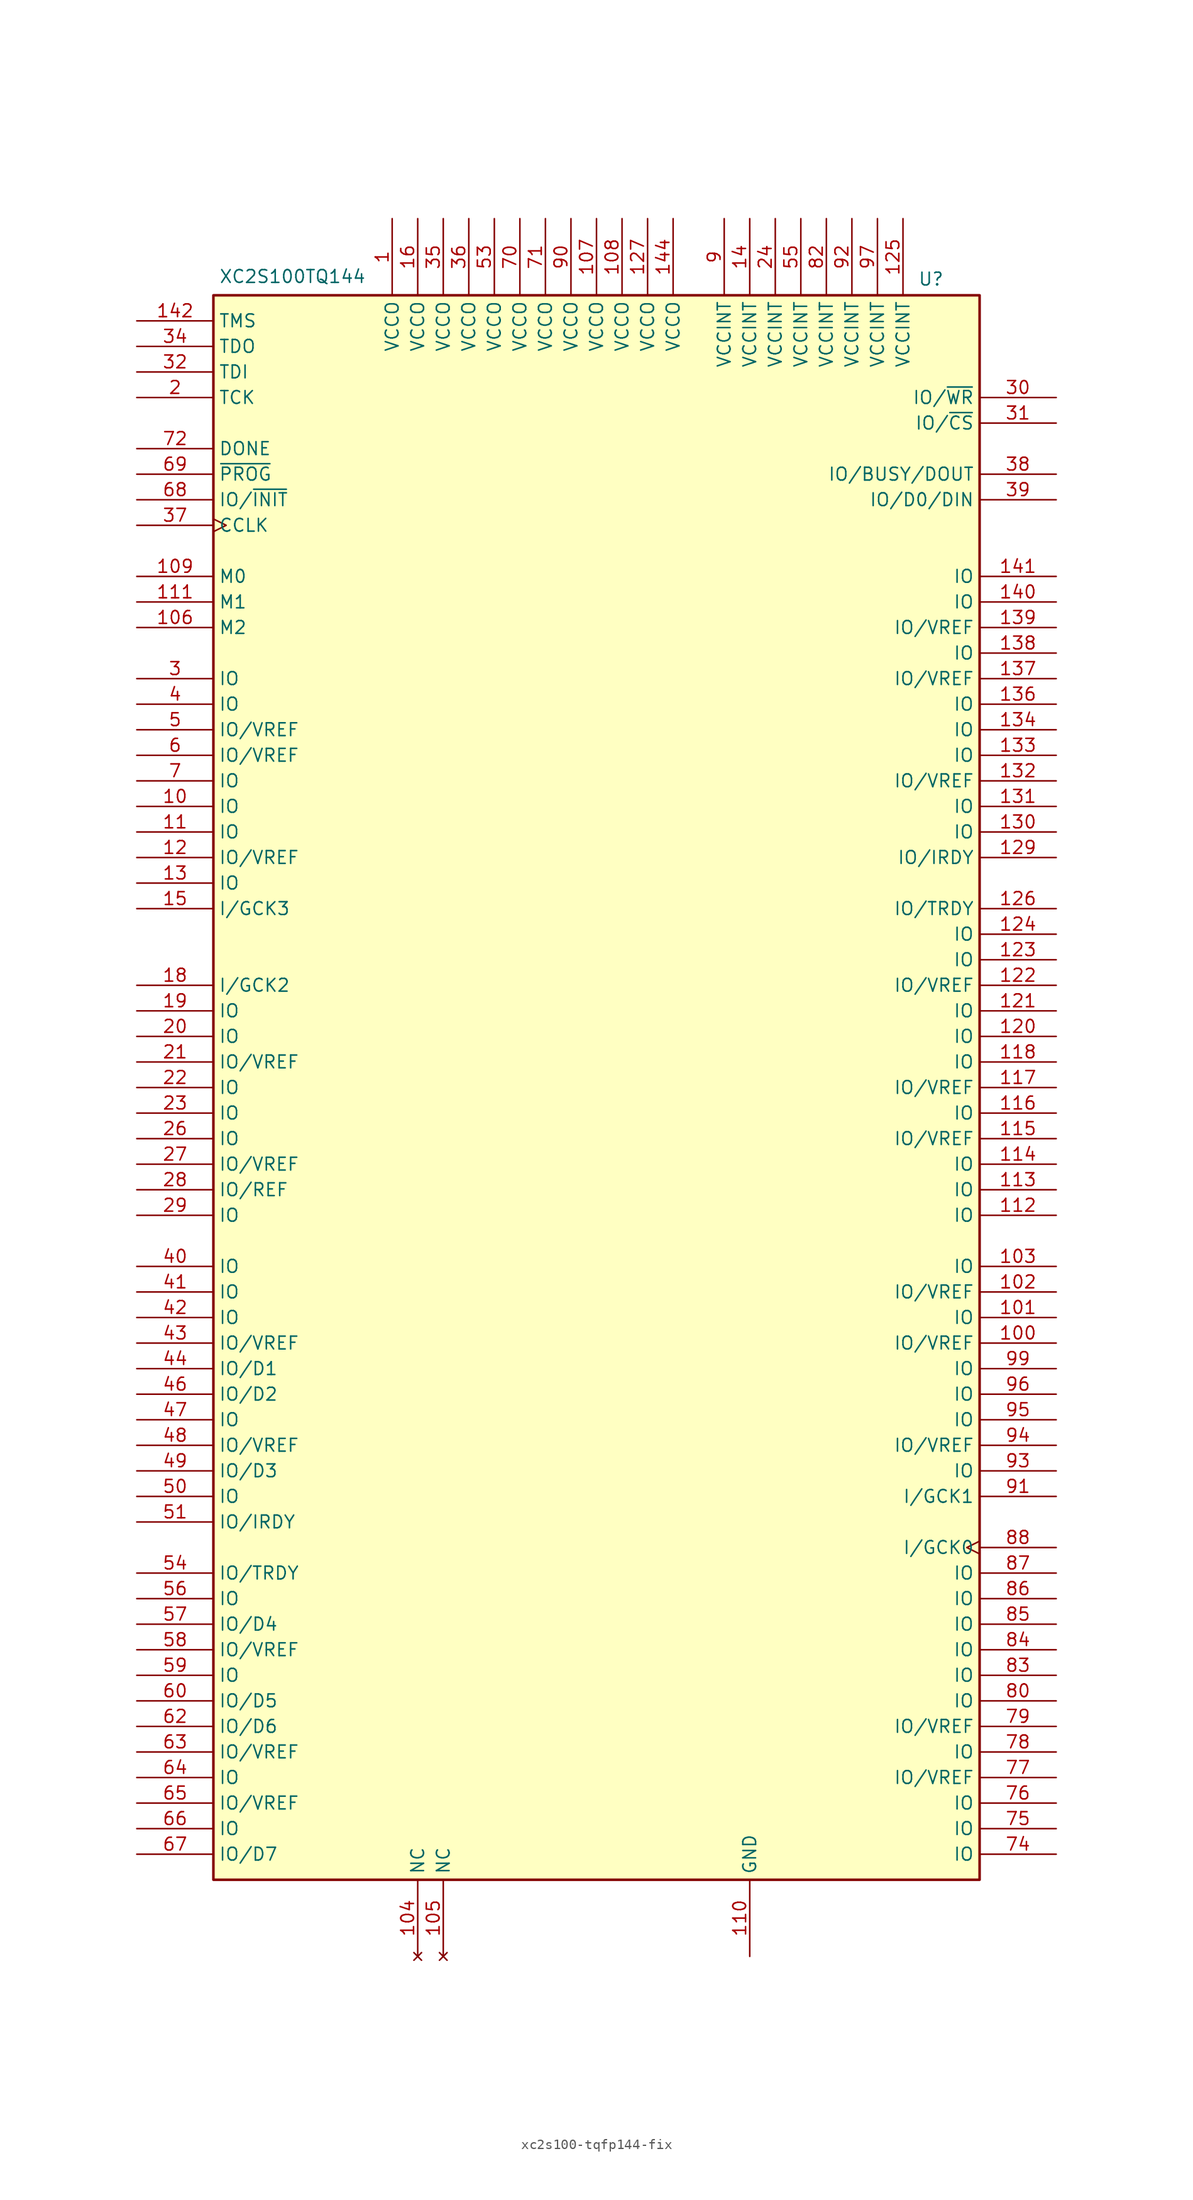
<source format=kicad_sym>
(kicad_symbol_lib
  (version 20241209)
  (generator "kicad_symbol_editor")
  (generator_version "9.0")
  (symbol "xc2s100-tqfp144-fix"
    (property "Reference" "U"
      (at 33.271 80.35 0)
      (effects (font (size 1.27 1.27))))
    (property "Value" "XC2S100TQ144"
      (at -30.229 80.604 0)
      (effects (font (size 1.27 1.27))))
    (symbol "xc2s100-tqfp144-fix_0_1"
      (rectangle (start -38.1 78.74) (end 38.1 -78.74) (stroke (width 0.254) (type default)) (fill (type background))))
    (symbol "xc2s100-tqfp144-fix_1_1"
      (pin input line (at -45.72 76.2 0) (length 7.62) (name "TMS" (effects (font (size 1.27 1.27)))) (number "142" (effects (font (size 1.27 1.27)))))
      (pin output line (at -45.72 73.66 0) (length 7.62) (name "TDO" (effects (font (size 1.27 1.27)))) (number "34" (effects (font (size 1.27 1.27)))))
      (pin input line (at -45.72 71.12 0) (length 7.62) (name "TDI" (effects (font (size 1.27 1.27)))) (number "32" (effects (font (size 1.27 1.27)))))
      (pin input line (at -45.72 68.58 0) (length 7.62) (name "TCK" (effects (font (size 1.27 1.27)))) (number "2" (effects (font (size 1.27 1.27)))))
      (pin open_collector line (at -45.72 63.5 0) (length 7.62) (name "DONE" (effects (font (size 1.27 1.27)))) (number "72" (effects (font (size 1.27 1.27)))))
      (pin input line (at -45.72 60.96 0) (length 7.62) (name "~{PROG}" (effects (font (size 1.27 1.27)))) (number "69" (effects (font (size 1.27 1.27)))))
      (pin bidirectional line (at -45.72 58.42 0) (length 7.62) (name "IO/~{INIT}" (effects (font (size 1.27 1.27)))) (number "68" (effects (font (size 1.27 1.27)))))
      (pin input clock (at -45.72 55.88 0) (length 7.62) (name "CCLK" (effects (font (size 1.27 1.27)))) (number "37" (effects (font (size 1.27 1.27)))))
      (pin input line (at -45.72 50.8 0) (length 7.62) (name "M0" (effects (font (size 1.27 1.27)))) (number "109" (effects (font (size 1.27 1.27)))))
      (pin input line (at -45.72 48.26 0) (length 7.62) (name "M1" (effects (font (size 1.27 1.27)))) (number "111" (effects (font (size 1.27 1.27)))))
      (pin input line (at -45.72 45.72 0) (length 7.62) (name "M2" (effects (font (size 1.27 1.27)))) (number "106" (effects (font (size 1.27 1.27)))))
      (pin bidirectional line (at -45.72 40.64 0) (length 7.62) (name "IO" (effects (font (size 1.27 1.27)))) (number "3" (effects (font (size 1.27 1.27)))))
      (pin bidirectional line (at -45.72 38.1 0) (length 7.62) (name "IO" (effects (font (size 1.27 1.27)))) (number "4" (effects (font (size 1.27 1.27)))))
      (pin bidirectional line (at -45.72 35.56 0) (length 7.62) (name "IO/VREF" (effects (font (size 1.27 1.27)))) (number "5" (effects (font (size 1.27 1.27)))))
      (pin bidirectional line (at -45.72 33.02 0) (length 7.62) (name "IO/VREF" (effects (font (size 1.27 1.27)))) (number "6" (effects (font (size 1.27 1.27)))))
      (pin bidirectional line (at -45.72 30.48 0) (length 7.62) (name "IO" (effects (font (size 1.27 1.27)))) (number "7" (effects (font (size 1.27 1.27)))))
      (pin bidirectional line (at -45.72 27.94 0) (length 7.62) (name "IO" (effects (font (size 1.27 1.27)))) (number "10" (effects (font (size 1.27 1.27)))))
      (pin bidirectional line (at -45.72 25.4 0) (length 7.62) (name "IO" (effects (font (size 1.27 1.27)))) (number "11" (effects (font (size 1.27 1.27)))))
      (pin bidirectional line (at -45.72 22.86 0) (length 7.62) (name "IO/VREF" (effects (font (size 1.27 1.27)))) (number "12" (effects (font (size 1.27 1.27)))))
      (pin bidirectional line (at -45.72 20.32 0) (length 7.62) (name "IO" (effects (font (size 1.27 1.27)))) (number "13" (effects (font (size 1.27 1.27)))))
      (pin input line (at -45.72 17.78 0) (length 7.62) (name "I/GCK3" (effects (font (size 1.27 1.27)))) (number "15" (effects (font (size 1.27 1.27)))))
      (pin input line (at -45.72 10.16 0) (length 7.62) (name "I/GCK2" (effects (font (size 1.27 1.27)))) (number "18" (effects (font (size 1.27 1.27)))))
      (pin bidirectional line (at -45.72 7.62 0) (length 7.62) (name "IO" (effects (font (size 1.27 1.27)))) (number "19" (effects (font (size 1.27 1.27)))))
      (pin bidirectional line (at -45.72 5.08 0) (length 7.62) (name "IO" (effects (font (size 1.27 1.27)))) (number "20" (effects (font (size 1.27 1.27)))))
      (pin bidirectional line (at -45.72 2.54 0) (length 7.62) (name "IO/VREF" (effects (font (size 1.27 1.27)))) (number "21" (effects (font (size 1.27 1.27)))))
      (pin bidirectional line (at -45.72 0 0) (length 7.62) (name "IO" (effects (font (size 1.27 1.27)))) (number "22" (effects (font (size 1.27 1.27)))))
      (pin bidirectional line (at -45.72 -2.54 0) (length 7.62) (name "IO" (effects (font (size 1.27 1.27)))) (number "23" (effects (font (size 1.27 1.27)))))
      (pin bidirectional line (at -45.72 -5.08 0) (length 7.62) (name "IO" (effects (font (size 1.27 1.27)))) (number "26" (effects (font (size 1.27 1.27)))))
      (pin bidirectional line (at -45.72 -7.62 0) (length 7.62) (name "IO/VREF" (effects (font (size 1.27 1.27)))) (number "27" (effects (font (size 1.27 1.27)))))
      (pin bidirectional line (at -45.72 -10.16 0) (length 7.62) (name "IO/REF" (effects (font (size 1.27 1.27)))) (number "28" (effects (font (size 1.27 1.27)))))
      (pin bidirectional line (at -45.72 -12.7 0) (length 7.62) (name "IO" (effects (font (size 1.27 1.27)))) (number "29" (effects (font (size 1.27 1.27)))))
      (pin bidirectional line (at -45.72 -17.78 0) (length 7.62) (name "IO" (effects (font (size 1.27 1.27)))) (number "40" (effects (font (size 1.27 1.27)))))
      (pin bidirectional line (at -45.72 -20.32 0) (length 7.62) (name "IO" (effects (font (size 1.27 1.27)))) (number "41" (effects (font (size 1.27 1.27)))))
      (pin bidirectional line (at -45.72 -22.86 0) (length 7.62) (name "IO" (effects (font (size 1.27 1.27)))) (number "42" (effects (font (size 1.27 1.27)))))
      (pin bidirectional line (at -45.72 -25.4 0) (length 7.62) (name "IO/VREF" (effects (font (size 1.27 1.27)))) (number "43" (effects (font (size 1.27 1.27)))))
      (pin bidirectional line (at -45.72 -27.94 0) (length 7.62) (name "IO/D1" (effects (font (size 1.27 1.27)))) (number "44" (effects (font (size 1.27 1.27)))))
      (pin bidirectional line (at -45.72 -30.48 0) (length 7.62) (name "IO/D2" (effects (font (size 1.27 1.27)))) (number "46" (effects (font (size 1.27 1.27)))))
      (pin bidirectional line (at -45.72 -33.02 0) (length 7.62) (name "IO" (effects (font (size 1.27 1.27)))) (number "47" (effects (font (size 1.27 1.27)))))
      (pin bidirectional line (at -45.72 -35.56 0) (length 7.62) (name "IO/VREF" (effects (font (size 1.27 1.27)))) (number "48" (effects (font (size 1.27 1.27)))))
      (pin bidirectional line (at -45.72 -38.1 0) (length 7.62) (name "IO/D3" (effects (font (size 1.27 1.27)))) (number "49" (effects (font (size 1.27 1.27)))))
      (pin bidirectional line (at -45.72 -40.64 0) (length 7.62) (name "IO" (effects (font (size 1.27 1.27)))) (number "50" (effects (font (size 1.27 1.27)))))
      (pin bidirectional line (at -45.72 -43.18 0) (length 7.62) (name "IO/IRDY" (effects (font (size 1.27 1.27)))) (number "51" (effects (font (size 1.27 1.27)))))
      (pin bidirectional line (at -45.72 -48.26 0) (length 7.62) (name "IO/TRDY" (effects (font (size 1.27 1.27)))) (number "54" (effects (font (size 1.27 1.27)))))
      (pin bidirectional line (at -45.72 -50.8 0) (length 7.62) (name "IO" (effects (font (size 1.27 1.27)))) (number "56" (effects (font (size 1.27 1.27)))))
      (pin bidirectional line (at -45.72 -53.34 0) (length 7.62) (name "IO/D4" (effects (font (size 1.27 1.27)))) (number "57" (effects (font (size 1.27 1.27)))))
      (pin bidirectional line (at -45.72 -55.88 0) (length 7.62) (name "IO/VREF" (effects (font (size 1.27 1.27)))) (number "58" (effects (font (size 1.27 1.27)))))
      (pin bidirectional line (at -45.72 -58.42 0) (length 7.62) (name "IO" (effects (font (size 1.27 1.27)))) (number "59" (effects (font (size 1.27 1.27)))))
      (pin bidirectional line (at -45.72 -60.96 0) (length 7.62) (name "IO/D5" (effects (font (size 1.27 1.27)))) (number "60" (effects (font (size 1.27 1.27)))))
      (pin bidirectional line (at -45.72 -63.5 0) (length 7.62) (name "IO/D6" (effects (font (size 1.27 1.27)))) (number "62" (effects (font (size 1.27 1.27)))))
      (pin bidirectional line (at -45.72 -66.04 0) (length 7.62) (name "IO/VREF" (effects (font (size 1.27 1.27)))) (number "63" (effects (font (size 1.27 1.27)))))
      (pin bidirectional line (at -45.72 -68.58 0) (length 7.62) (name "IO" (effects (font (size 1.27 1.27)))) (number "64" (effects (font (size 1.27 1.27)))))
      (pin bidirectional line (at -45.72 -71.12 0) (length 7.62) (name "IO/VREF" (effects (font (size 1.27 1.27)))) (number "65" (effects (font (size 1.27 1.27)))))
      (pin bidirectional line (at -45.72 -73.66 0) (length 7.62) (name "IO" (effects (font (size 1.27 1.27)))) (number "66" (effects (font (size 1.27 1.27)))))
      (pin bidirectional line (at -45.72 -76.2 0) (length 7.62) (name "IO/D7" (effects (font (size 1.27 1.27)))) (number "67" (effects (font (size 1.27 1.27)))))
      (pin power_in line (at -20.32 86.36 270) (length 7.62) (name "VCCO" (effects (font (size 1.27 1.27)))) (number "1" (effects (font (size 1.27 1.27)))))
      (pin power_in line (at -17.78 86.36 270) (length 7.62) (name "VCCO" (effects (font (size 1.27 1.27)))) (number "16" (effects (font (size 1.27 1.27)))))
      (pin no_connect line (at -17.78 -86.36 90) (length 7.62) (name "NC" (effects (font (size 1.27 1.27)))) (number "104" (effects (font (size 1.27 1.27)))))
      (pin power_in line (at -15.24 86.36 270) (length 7.62) (name "VCCO" (effects (font (size 1.27 1.27)))) (number "35" (effects (font (size 1.27 1.27)))))
      (pin no_connect line (at -15.24 -86.36 90) (length 7.62) (name "NC" (effects (font (size 1.27 1.27)))) (number "105" (effects (font (size 1.27 1.27)))))
      (pin power_in line (at -12.7 86.36 270) (length 7.62) (name "VCCO" (effects (font (size 1.27 1.27)))) (number "36" (effects (font (size 1.27 1.27)))))
      (pin power_in line (at -10.16 86.36 270) (length 7.62) (name "VCCO" (effects (font (size 1.27 1.27)))) (number "53" (effects (font (size 1.27 1.27)))))
      (pin power_in line (at -7.62 86.36 270) (length 7.62) (name "VCCO" (effects (font (size 1.27 1.27)))) (number "70" (effects (font (size 1.27 1.27)))))
      (pin power_in line (at -5.08 86.36 270) (length 7.62) (name "VCCO" (effects (font (size 1.27 1.27)))) (number "71" (effects (font (size 1.27 1.27)))))
      (pin power_in line (at -2.54 86.36 270) (length 7.62) (name "VCCO" (effects (font (size 1.27 1.27)))) (number "90" (effects (font (size 1.27 1.27)))))
      (pin power_in line (at 0 86.36 270) (length 7.62) (name "VCCO" (effects (font (size 1.27 1.27)))) (number "107" (effects (font (size 1.27 1.27)))))
      (pin power_in line (at 2.54 86.36 270) (length 7.62) (name "VCCO" (effects (font (size 1.27 1.27)))) (number "108" (effects (font (size 1.27 1.27)))))
      (pin power_in line (at 5.08 86.36 270) (length 7.62) (name "VCCO" (effects (font (size 1.27 1.27)))) (number "127" (effects (font (size 1.27 1.27)))))
      (pin power_in line (at 7.62 86.36 270) (length 7.62) (name "VCCO" (effects (font (size 1.27 1.27)))) (number "144" (effects (font (size 1.27 1.27)))))
      (pin power_in line (at 12.7 86.36 270) (length 7.62) (name "VCCINT" (effects (font (size 1.27 1.27)))) (number "9" (effects (font (size 1.27 1.27)))))
      (pin power_in line (at 15.24 86.36 270) (length 7.62) (name "VCCINT" (effects (font (size 1.27 1.27)))) (number "14" (effects (font (size 1.27 1.27)))))
      (pin power_in line (at 15.24 -86.36 90) (length 7.62) (name "GND" (effects (font (size 1.27 1.27)))) (number "110" (effects (font (size 1.27 1.27)))))
      (pin passive line (at 15.24 -86.36 90) (length 7.62) (hide yes) (name "GND" (effects (font (size 1.27 1.27)))) (number "119" (effects (font (size 1.27 1.27)))))
      (pin passive line (at 15.24 -86.36 90) (length 7.62) (hide yes) (name "GND" (effects (font (size 1.27 1.27)))) (number "128" (effects (font (size 1.27 1.27)))))
      (pin passive line (at 15.24 -86.36 90) (length 7.62) (hide yes) (name "GND" (effects (font (size 1.27 1.27)))) (number "135" (effects (font (size 1.27 1.27)))))
      (pin passive line (at 15.24 -86.36 90) (length 7.62) (hide yes) (name "GND" (effects (font (size 1.27 1.27)))) (number "143" (effects (font (size 1.27 1.27)))))
      (pin passive line (at 15.24 -86.36 90) (length 7.62) (hide yes) (name "GND" (effects (font (size 1.27 1.27)))) (number "17" (effects (font (size 1.27 1.27)))))
      (pin passive line (at 15.24 -86.36 90) (length 7.62) (hide yes) (name "GND" (effects (font (size 1.27 1.27)))) (number "25" (effects (font (size 1.27 1.27)))))
      (pin passive line (at 15.24 -86.36 90) (length 7.62) (hide yes) (name "GND" (effects (font (size 1.27 1.27)))) (number "33" (effects (font (size 1.27 1.27)))))
      (pin passive line (at 15.24 -86.36 90) (length 7.62) (hide yes) (name "GND" (effects (font (size 1.27 1.27)))) (number "45" (effects (font (size 1.27 1.27)))))
      (pin passive line (at 15.24 -86.36 90) (length 7.62) (hide yes) (name "GND" (effects (font (size 1.27 1.27)))) (number "52" (effects (font (size 1.27 1.27)))))
      (pin passive line (at 15.24 -86.36 90) (length 7.62) (hide yes) (name "GND" (effects (font (size 1.27 1.27)))) (number "61" (effects (font (size 1.27 1.27)))))
      (pin passive line (at 15.24 -86.36 90) (length 7.62) (hide yes) (name "GND" (effects (font (size 1.27 1.27)))) (number "73" (effects (font (size 1.27 1.27)))))
      (pin passive line (at 15.24 -86.36 90) (length 7.62) (hide yes) (name "GND" (effects (font (size 1.27 1.27)))) (number "8" (effects (font (size 1.27 1.27)))))
      (pin passive line (at 15.24 -86.36 90) (length 7.62) (hide yes) (name "GND" (effects (font (size 1.27 1.27)))) (number "81" (effects (font (size 1.27 1.27)))))
      (pin passive line (at 15.24 -86.36 90) (length 7.62) (hide yes) (name "GND" (effects (font (size 1.27 1.27)))) (number "89" (effects (font (size 1.27 1.27)))))
      (pin passive line (at 15.24 -86.36 90) (length 7.62) (hide yes) (name "GND" (effects (font (size 1.27 1.27)))) (number "98" (effects (font (size 1.27 1.27)))))
      (pin power_in line (at 17.78 86.36 270) (length 7.62) (name "VCCINT" (effects (font (size 1.27 1.27)))) (number "24" (effects (font (size 1.27 1.27)))))
      (pin power_in line (at 20.32 86.36 270) (length 7.62) (name "VCCINT" (effects (font (size 1.27 1.27)))) (number "55" (effects (font (size 1.27 1.27)))))
      (pin power_in line (at 22.86 86.36 270) (length 7.62) (name "VCCINT" (effects (font (size 1.27 1.27)))) (number "82" (effects (font (size 1.27 1.27)))))
      (pin power_in line (at 25.4 86.36 270) (length 7.62) (name "VCCINT" (effects (font (size 1.27 1.27)))) (number "92" (effects (font (size 1.27 1.27)))))
      (pin power_in line (at 27.94 86.36 270) (length 7.62) (name "VCCINT" (effects (font (size 1.27 1.27)))) (number "97" (effects (font (size 1.27 1.27)))))
      (pin power_in line (at 30.48 86.36 270) (length 7.62) (name "VCCINT" (effects (font (size 1.27 1.27)))) (number "125" (effects (font (size 1.27 1.27)))))
      (pin bidirectional line (at 45.72 68.58 180) (length 7.62) (name "IO/~{WR}" (effects (font (size 1.27 1.27)))) (number "30" (effects (font (size 1.27 1.27)))))
      (pin bidirectional line (at 45.72 66.04 180) (length 7.62) (name "IO/~{CS}" (effects (font (size 1.27 1.27)))) (number "31" (effects (font (size 1.27 1.27)))))
      (pin bidirectional line (at 45.72 60.96 180) (length 7.62) (name "IO/BUSY/DOUT" (effects (font (size 1.27 1.27)))) (number "38" (effects (font (size 1.27 1.27)))))
      (pin bidirectional line (at 45.72 58.42 180) (length 7.62) (name "IO/D0/DIN" (effects (font (size 1.27 1.27)))) (number "39" (effects (font (size 1.27 1.27)))))
      (pin bidirectional line (at 45.72 50.8 180) (length 7.62) (name "IO" (effects (font (size 1.27 1.27)))) (number "141" (effects (font (size 1.27 1.27)))))
      (pin bidirectional line (at 45.72 48.26 180) (length 7.62) (name "IO" (effects (font (size 1.27 1.27)))) (number "140" (effects (font (size 1.27 1.27)))))
      (pin bidirectional line (at 45.72 45.72 180) (length 7.62) (name "IO/VREF" (effects (font (size 1.27 1.27)))) (number "139" (effects (font (size 1.27 1.27)))))
      (pin bidirectional line (at 45.72 43.18 180) (length 7.62) (name "IO" (effects (font (size 1.27 1.27)))) (number "138" (effects (font (size 1.27 1.27)))))
      (pin bidirectional line (at 45.72 40.64 180) (length 7.62) (name "IO/VREF" (effects (font (size 1.27 1.27)))) (number "137" (effects (font (size 1.27 1.27)))))
      (pin bidirectional line (at 45.72 38.1 180) (length 7.62) (name "IO" (effects (font (size 1.27 1.27)))) (number "136" (effects (font (size 1.27 1.27)))))
      (pin bidirectional line (at 45.72 35.56 180) (length 7.62) (name "IO" (effects (font (size 1.27 1.27)))) (number "134" (effects (font (size 1.27 1.27)))))
      (pin bidirectional line (at 45.72 33.02 180) (length 7.62) (name "IO" (effects (font (size 1.27 1.27)))) (number "133" (effects (font (size 1.27 1.27)))))
      (pin bidirectional line (at 45.72 30.48 180) (length 7.62) (name "IO/VREF" (effects (font (size 1.27 1.27)))) (number "132" (effects (font (size 1.27 1.27)))))
      (pin bidirectional line (at 45.72 27.94 180) (length 7.62) (name "IO" (effects (font (size 1.27 1.27)))) (number "131" (effects (font (size 1.27 1.27)))))
      (pin bidirectional line (at 45.72 25.4 180) (length 7.62) (name "IO" (effects (font (size 1.27 1.27)))) (number "130" (effects (font (size 1.27 1.27)))))
      (pin bidirectional line (at 45.72 22.86 180) (length 7.62) (name "IO/IRDY" (effects (font (size 1.27 1.27)))) (number "129" (effects (font (size 1.27 1.27)))))
      (pin bidirectional line (at 45.72 17.78 180) (length 7.62) (name "IO/TRDY" (effects (font (size 1.27 1.27)))) (number "126" (effects (font (size 1.27 1.27)))))
      (pin bidirectional line (at 45.72 15.24 180) (length 7.62) (name "IO" (effects (font (size 1.27 1.27)))) (number "124" (effects (font (size 1.27 1.27)))))
      (pin bidirectional line (at 45.72 12.7 180) (length 7.62) (name "IO" (effects (font (size 1.27 1.27)))) (number "123" (effects (font (size 1.27 1.27)))))
      (pin bidirectional line (at 45.72 10.16 180) (length 7.62) (name "IO/VREF" (effects (font (size 1.27 1.27)))) (number "122" (effects (font (size 1.27 1.27)))))
      (pin bidirectional line (at 45.72 7.62 180) (length 7.62) (name "IO" (effects (font (size 1.27 1.27)))) (number "121" (effects (font (size 1.27 1.27)))))
      (pin bidirectional line (at 45.72 5.08 180) (length 7.62) (name "IO" (effects (font (size 1.27 1.27)))) (number "120" (effects (font (size 1.27 1.27)))))
      (pin bidirectional line (at 45.72 2.54 180) (length 7.62) (name "IO" (effects (font (size 1.27 1.27)))) (number "118" (effects (font (size 1.27 1.27)))))
      (pin bidirectional line (at 45.72 0 180) (length 7.62) (name "IO/VREF" (effects (font (size 1.27 1.27)))) (number "117" (effects (font (size 1.27 1.27)))))
      (pin bidirectional line (at 45.72 -2.54 180) (length 7.62) (name "IO" (effects (font (size 1.27 1.27)))) (number "116" (effects (font (size 1.27 1.27)))))
      (pin bidirectional line (at 45.72 -5.08 180) (length 7.62) (name "IO/VREF" (effects (font (size 1.27 1.27)))) (number "115" (effects (font (size 1.27 1.27)))))
      (pin bidirectional line (at 45.72 -7.62 180) (length 7.62) (name "IO" (effects (font (size 1.27 1.27)))) (number "114" (effects (font (size 1.27 1.27)))))
      (pin bidirectional line (at 45.72 -10.16 180) (length 7.62) (name "IO" (effects (font (size 1.27 1.27)))) (number "113" (effects (font (size 1.27 1.27)))))
      (pin bidirectional line (at 45.72 -12.7 180) (length 7.62) (name "IO" (effects (font (size 1.27 1.27)))) (number "112" (effects (font (size 1.27 1.27)))))
      (pin bidirectional line (at 45.72 -17.78 180) (length 7.62) (name "IO" (effects (font (size 1.27 1.27)))) (number "103" (effects (font (size 1.27 1.27)))))
      (pin bidirectional line (at 45.72 -20.32 180) (length 7.62) (name "IO/VREF" (effects (font (size 1.27 1.27)))) (number "102" (effects (font (size 1.27 1.27)))))
      (pin bidirectional line (at 45.72 -22.86 180) (length 7.62) (name "IO" (effects (font (size 1.27 1.27)))) (number "101" (effects (font (size 1.27 1.27)))))
      (pin bidirectional line (at 45.72 -25.4 180) (length 7.62) (name "IO/VREF" (effects (font (size 1.27 1.27)))) (number "100" (effects (font (size 1.27 1.27)))))
      (pin bidirectional line (at 45.72 -27.94 180) (length 7.62) (name "IO" (effects (font (size 1.27 1.27)))) (number "99" (effects (font (size 1.27 1.27)))))
      (pin bidirectional line (at 45.72 -30.48 180) (length 7.62) (name "IO" (effects (font (size 1.27 1.27)))) (number "96" (effects (font (size 1.27 1.27)))))
      (pin bidirectional line (at 45.72 -33.02 180) (length 7.62) (name "IO" (effects (font (size 1.27 1.27)))) (number "95" (effects (font (size 1.27 1.27)))))
      (pin bidirectional line (at 45.72 -35.56 180) (length 7.62) (name "IO/VREF" (effects (font (size 1.27 1.27)))) (number "94" (effects (font (size 1.27 1.27)))))
      (pin bidirectional line (at 45.72 -38.1 180) (length 7.62) (name "IO" (effects (font (size 1.27 1.27)))) (number "93" (effects (font (size 1.27 1.27)))))
      (pin input line (at 45.72 -40.64 180) (length 7.62) (name "I/GCK1" (effects (font (size 1.27 1.27)))) (number "91" (effects (font (size 1.27 1.27)))))
      (pin input clock (at 45.72 -45.72 180) (length 7.62) (name "I/GCK0" (effects (font (size 1.27 1.27)))) (number "88" (effects (font (size 1.27 1.27)))))
      (pin bidirectional line (at 45.72 -48.26 180) (length 7.62) (name "IO" (effects (font (size 1.27 1.27)))) (number "87" (effects (font (size 1.27 1.27)))))
      (pin bidirectional line (at 45.72 -50.8 180) (length 7.62) (name "IO" (effects (font (size 1.27 1.27)))) (number "86" (effects (font (size 1.27 1.27)))))
      (pin bidirectional line (at 45.72 -53.34 180) (length 7.62) (name "IO" (effects (font (size 1.27 1.27)))) (number "85" (effects (font (size 1.27 1.27)))))
      (pin bidirectional line (at 45.72 -55.88 180) (length 7.62) (name "IO" (effects (font (size 1.27 1.27)))) (number "84" (effects (font (size 1.27 1.27)))))
      (pin bidirectional line (at 45.72 -58.42 180) (length 7.62) (name "IO" (effects (font (size 1.27 1.27)))) (number "83" (effects (font (size 1.27 1.27)))))
      (pin bidirectional line (at 45.72 -60.96 180) (length 7.62) (name "IO" (effects (font (size 1.27 1.27)))) (number "80" (effects (font (size 1.27 1.27)))))
      (pin bidirectional line (at 45.72 -63.5 180) (length 7.62) (name "IO/VREF" (effects (font (size 1.27 1.27)))) (number "79" (effects (font (size 1.27 1.27)))))
      (pin bidirectional line (at 45.72 -66.04 180) (length 7.62) (name "IO" (effects (font (size 1.27 1.27)))) (number "78" (effects (font (size 1.27 1.27)))))
      (pin bidirectional line (at 45.72 -68.58 180) (length 7.62) (name "IO/VREF" (effects (font (size 1.27 1.27)))) (number "77" (effects (font (size 1.27 1.27)))))
      (pin bidirectional line (at 45.72 -71.12 180) (length 7.62) (name "IO" (effects (font (size 1.27 1.27)))) (number "76" (effects (font (size 1.27 1.27)))))
      (pin bidirectional line (at 45.72 -73.66 180) (length 7.62) (name "IO" (effects (font (size 1.27 1.27)))) (number "75" (effects (font (size 1.27 1.27)))))
      (pin bidirectional line (at 45.72 -76.2 180) (length 7.62) (name "IO" (effects (font (size 1.27 1.27)))) (number "74" (effects (font (size 1.27 1.27))))))))
</source>
